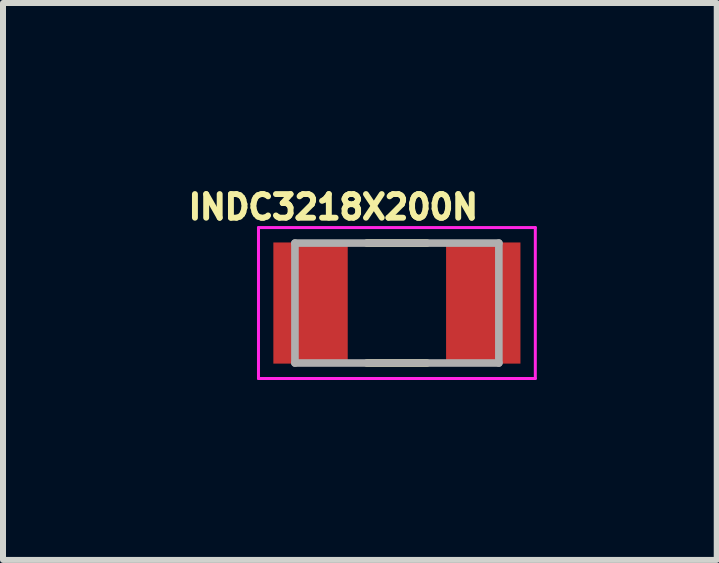
<source format=kicad_pcb>
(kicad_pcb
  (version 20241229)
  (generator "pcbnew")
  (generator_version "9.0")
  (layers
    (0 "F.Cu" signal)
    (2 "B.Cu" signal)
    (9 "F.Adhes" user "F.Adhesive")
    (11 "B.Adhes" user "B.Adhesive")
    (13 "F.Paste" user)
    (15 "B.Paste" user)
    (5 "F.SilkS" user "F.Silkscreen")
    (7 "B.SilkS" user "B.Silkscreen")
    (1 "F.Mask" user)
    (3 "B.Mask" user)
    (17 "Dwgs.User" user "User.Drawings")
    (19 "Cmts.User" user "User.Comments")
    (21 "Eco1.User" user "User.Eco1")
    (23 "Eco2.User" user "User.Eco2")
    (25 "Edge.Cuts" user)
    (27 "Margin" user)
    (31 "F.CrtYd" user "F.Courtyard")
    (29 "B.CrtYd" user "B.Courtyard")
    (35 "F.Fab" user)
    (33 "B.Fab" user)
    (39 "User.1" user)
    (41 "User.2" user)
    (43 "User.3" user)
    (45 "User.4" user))
  (footprint "INDC3218X200N"
    (layer "F.Cu")
    (at 3.568 2.003)
    (property "Reference" "INDC3218X200N" (at -1.06 -1.6 0) (layer "F.SilkS") (effects (font (size 0.394 0.394) (thickness 0.15))))
    (attr through_hole)
    (fp_line (start -0.5 -1) (end 0.5 -1) (stroke (width 0.127) (type solid)) (layer "F.SilkS"))
    (fp_line (start -0.5 1) (end 0.5 1) (stroke (width 0.127) (type solid)) (layer "F.SilkS"))
    (fp_line (start -2.308 -1.258) (end 2.308 -1.258) (stroke (width 0.05) (type solid)) (layer "F.CrtYd"))
    (fp_line (start -2.308 1.258) (end -2.308 -1.258) (stroke (width 0.05) (type solid)) (layer "F.CrtYd"))
    (fp_line (start -2.308 1.258) (end 2.308 1.258) (stroke (width 0.05) (type solid)) (layer "F.CrtYd"))
    (fp_line (start 2.308 1.258) (end 2.308 -1.258) (stroke (width 0.05) (type solid)) (layer "F.CrtYd"))
    (fp_line (start -1.7 1) (end -1.7 -1) (stroke (width 0.127) (type solid)) (layer "F.Fab"))
    (fp_line (start 1.7 -1) (end -1.7 -1) (stroke (width 0.127) (type solid)) (layer "F.Fab"))
    (fp_line (start 1.7 1) (end -1.7 1) (stroke (width 0.127) (type solid)) (layer "F.Fab"))
    (fp_line (start 1.7 1) (end 1.7 -1) (stroke (width 0.127) (type solid)) (layer "F.Fab"))
    (pad "1" smd rect (at -1.44 0) (size 1.24 2.02) (layers "F.Cu" "F.Mask" "F.Paste"))
    (pad "2" smd rect (at 1.44 0) (size 1.24 2.02) (layers "F.Cu" "F.Mask" "F.Paste")))
  (gr_rect
    (start -3 -3)
    (end 8.901 6.286)
    (stroke (width 0.1) (type default))
    (fill no)
    (layer "Edge.Cuts")))
</source>
